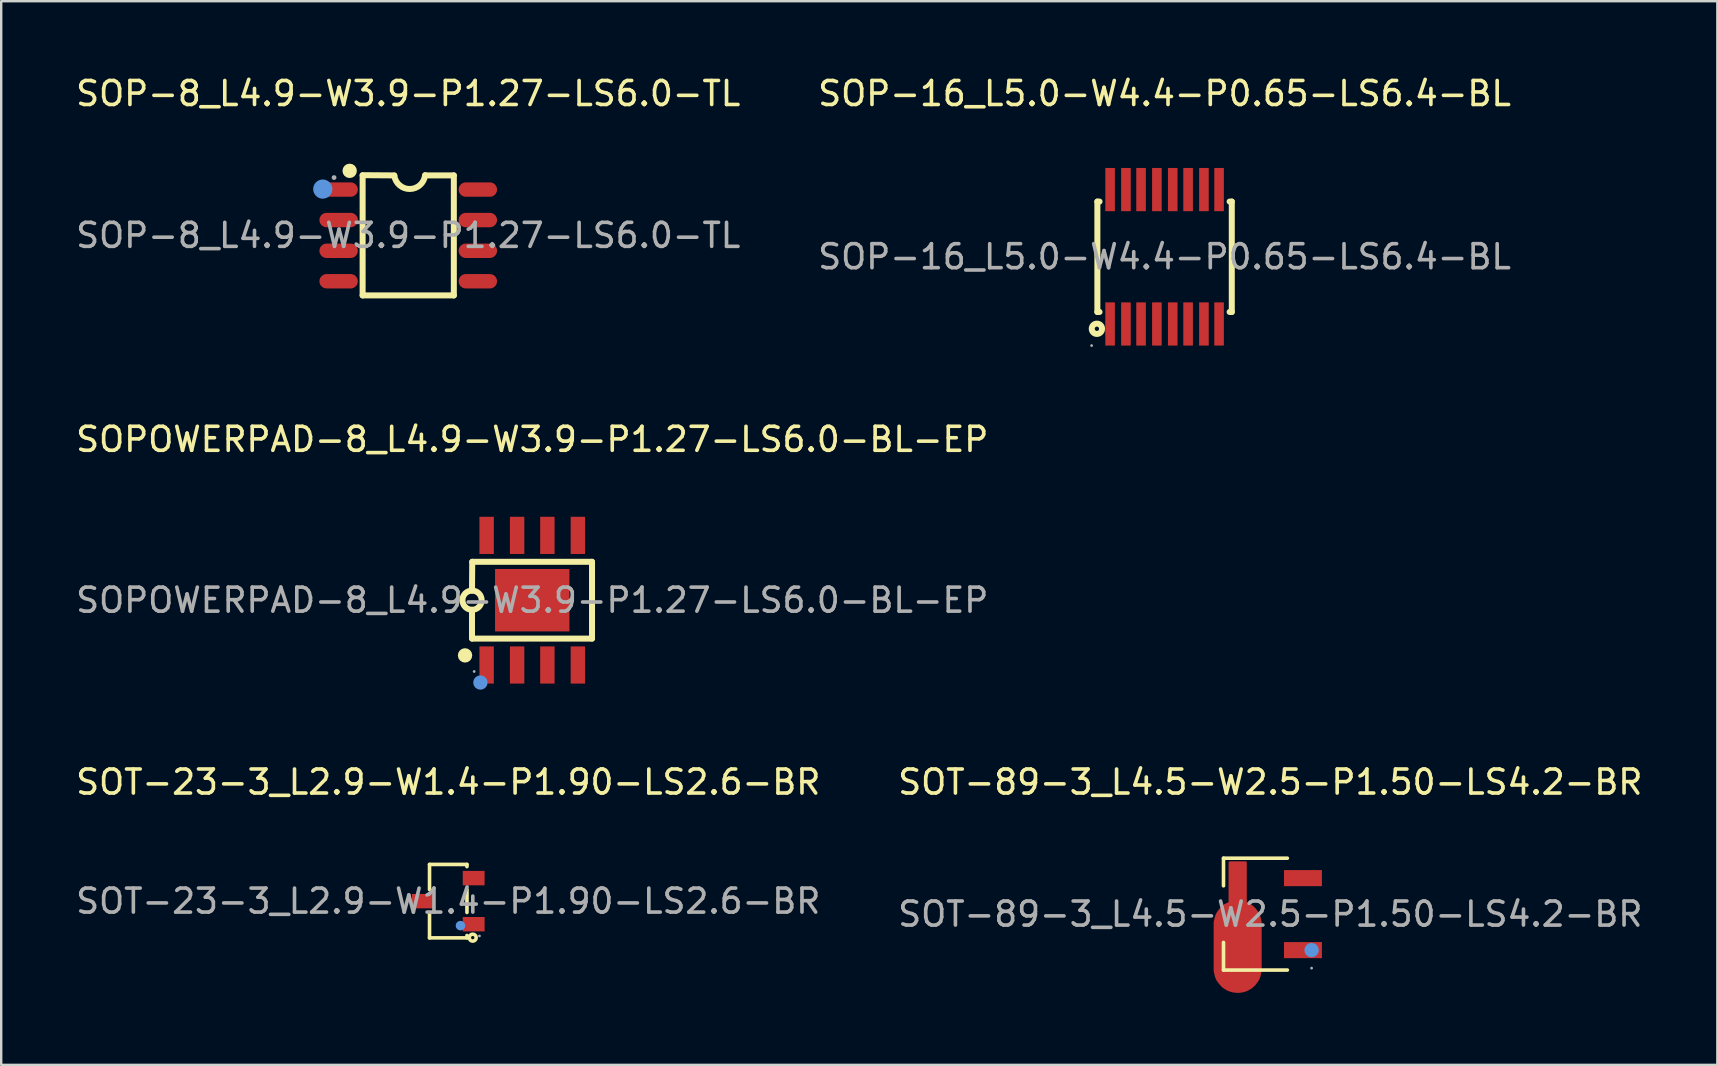
<source format=kicad_pcb>
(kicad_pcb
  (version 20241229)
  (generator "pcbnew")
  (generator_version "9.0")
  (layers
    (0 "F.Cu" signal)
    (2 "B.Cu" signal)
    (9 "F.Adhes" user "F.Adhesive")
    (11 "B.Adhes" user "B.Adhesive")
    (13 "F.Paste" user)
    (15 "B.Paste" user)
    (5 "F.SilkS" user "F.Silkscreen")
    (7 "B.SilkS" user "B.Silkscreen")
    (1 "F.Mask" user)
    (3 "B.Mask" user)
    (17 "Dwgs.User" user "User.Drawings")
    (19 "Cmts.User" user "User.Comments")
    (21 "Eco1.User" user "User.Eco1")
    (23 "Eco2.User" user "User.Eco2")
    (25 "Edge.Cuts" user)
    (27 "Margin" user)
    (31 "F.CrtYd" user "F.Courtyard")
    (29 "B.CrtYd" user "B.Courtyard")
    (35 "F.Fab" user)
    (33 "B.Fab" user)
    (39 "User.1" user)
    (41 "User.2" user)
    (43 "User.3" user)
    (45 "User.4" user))
  (footprint "SOPOWERPAD-8_L4.9-W3.9-P1.27-LS6.0-BL-EP"
    (layer "F.Cu")
    (at 19.125 21.956)
    (property "Reference" "SOPOWERPAD-8_L4.9-W3.9-P1.27-LS6.0-BL-EP" (at 0 -6.7 0) (layer "F.SilkS") (effects (font (size 1 1) (thickness 0.15))))
    (attr smd)
    (fp_line (start -2.51 1.6) (end -2.51 0.4) (stroke (width 0.25) (type solid)) (layer "F.SilkS"))
    (fp_line (start -2.5 -1.6) (end -2.51 -0.4) (stroke (width 0.25) (type solid)) (layer "F.SilkS"))
    (fp_line (start 2.49 -1.6) (end -2.5 -1.6) (stroke (width 0.25) (type solid)) (layer "F.SilkS"))
    (fp_line (start 2.49 1.6) (end -2.5 1.6) (stroke (width 0.25) (type solid)) (layer "F.SilkS"))
    (fp_line (start 2.49 1.6) (end 2.49 -1.6) (stroke (width 0.25) (type solid)) (layer "F.SilkS"))
    (fp_arc (start -2.516981 0.399939) (mid -2.506509 -0.399985) (end -2.51 0.4) (stroke (width 0.25) (type solid)) (layer "F.SilkS"))
    (fp_circle (center -2.8 2.3) (end -2.65 2.3) (stroke (width 0.3) (type solid)) (fill no) (layer "F.SilkS"))
    (fp_circle (center -2.16 3.43) (end -2.01 3.43) (stroke (width 0.3) (type solid)) (fill no) (layer "Cmts.User"))
    (fp_circle (center -2.42 2.97) (end -2.39 2.97) (stroke (width 0.06) (type solid)) (fill no) (layer "F.Fab"))
    (fp_text user "${REFERENCE}" (at 0 0 0) (layer "F.Fab") (effects (font (size 1 1) (thickness 0.15))))
    (pad "1" smd rect (at -1.9 2.7 180) (size 0.6 1.55) (layers "F.Cu" "F.Mask" "F.Paste"))
    (pad "2" smd rect (at -0.63 2.7 180) (size 0.6 1.55) (layers "F.Cu" "F.Mask" "F.Paste"))
    (pad "3" smd rect (at 0.63 2.7 180) (size 0.6 1.55) (layers "F.Cu" "F.Mask" "F.Paste"))
    (pad "4" smd rect (at 1.9 2.7 180) (size 0.6 1.55) (layers "F.Cu" "F.Mask" "F.Paste"))
    (pad "5" smd rect (at 1.9 -2.7 180) (size 0.6 1.55) (layers "F.Cu" "F.Mask" "F.Paste"))
    (pad "6" smd rect (at 0.63 -2.7 180) (size 0.6 1.55) (layers "F.Cu" "F.Mask" "F.Paste"))
    (pad "7" smd rect (at -0.63 -2.7 180) (size 0.6 1.55) (layers "F.Cu" "F.Mask" "F.Paste"))
    (pad "8" smd rect (at -1.9 -2.7 180) (size 0.6 1.55) (layers "F.Cu" "F.Mask" "F.Paste"))
    (pad "9" smd rect (at 0 0 270) (size 2.6 3.1) (layers "F.Cu" "F.Mask" "F.Paste")))
  (footprint "SOT-23-3_L2.9-W1.4-P1.90-LS2.6-BR"
    (layer "F.Cu")
    (at 15.625 34.495)
    (property "Reference" "SOT-23-3_L2.9-W1.4-P1.90-LS2.6-BR" (at 0 -4.96 0) (layer "F.SilkS") (effects (font (size 1 1) (thickness 0.15))))
    (attr smd)
    (fp_line (start -0.78 -1.53) (end -0.78 -0.48) (stroke (width 0.15) (type solid)) (layer "F.SilkS"))
    (fp_line (start -0.78 0.48) (end -0.78 1.53) (stroke (width 0.15) (type solid)) (layer "F.SilkS"))
    (fp_line (start 0.78 -1.53) (end -0.78 -1.53) (stroke (width 0.15) (type solid)) (layer "F.SilkS"))
    (fp_line (start 0.78 -1.44) (end 0.78 -1.53) (stroke (width 0.15) (type solid)) (layer "F.SilkS"))
    (fp_line (start 0.78 0.47) (end 0.78 -0.48) (stroke (width 0.15) (type solid)) (layer "F.SilkS"))
    (fp_line (start 0.78 1.53) (end -0.78 1.53) (stroke (width 0.15) (type solid)) (layer "F.SilkS"))
    (fp_line (start 0.78 1.53) (end 0.78 1.43) (stroke (width 0.15) (type solid)) (layer "F.SilkS"))
    (fp_circle (center 1.02 1.52) (end 1.09 1.52) (stroke (width 0.15) (type solid)) (fill no) (layer "F.SilkS"))
    (fp_circle (center 0.51 1.02) (end 0.61 1.02) (stroke (width 0.2) (type solid)) (fill no) (layer "Cmts.User"))
    (fp_circle (center 1.3 1.45) (end 1.33 1.45) (stroke (width 0.06) (type solid)) (fill no) (layer "F.Fab"))
    (fp_text user "${REFERENCE}" (at 0 0 0) (layer "F.Fab") (effects (font (size 1 1) (thickness 0.15))))
    (pad "1" smd rect (at 1.06 0.96 90) (size 0.6 0.91) (layers "F.Cu" "F.Mask" "F.Paste"))
    (pad "2" smd rect (at 1.06 -0.96 90) (size 0.6 0.91) (layers "F.Cu" "F.Mask" "F.Paste"))
    (pad "3" smd rect (at -1.06 0 90) (size 0.6 0.91) (layers "F.Cu" "F.Mask" "F.Paste")))
  (footprint "SOP-8_L4.9-W3.9-P1.27-LS6.0-TL"
    (layer "F.Cu")
    (at 13.958 6.758)
    (property "Reference" "SOP-8_L4.9-W3.9-P1.27-LS6.0-TL" (at 0 -5.91 0) (layer "F.SilkS") (effects (font (size 1 1) (thickness 0.15))))
    (attr smd)
    (fp_line (start -1.9 -2.51) (end -0.58 -2.5) (stroke (width 0.25) (type solid)) (layer "F.SilkS"))
    (fp_line (start -1.9 2.5) (end -1.9 -2.5) (stroke (width 0.25) (type solid)) (layer "F.SilkS"))
    (fp_line (start -1.9 2.5) (end 1.9 2.5) (stroke (width 0.25) (type solid)) (layer "F.SilkS"))
    (fp_line (start 1.9 -2.5) (end 0.71 -2.5) (stroke (width 0.25) (type solid)) (layer "F.SilkS"))
    (fp_line (start 1.9 2.5) (end 1.9 -2.5) (stroke (width 0.25) (type solid)) (layer "F.SilkS"))
    (fp_arc (start -2.44 -2.69) (mid -2.44 -2.69) (end -2.44 -2.69) (stroke (width 0.3) (type solid)) (layer "F.SilkS"))
    (fp_arc (start 0.702535 -2.510365) (mid 0.070261 -1.933784) (end -0.58 -2.49) (stroke (width 0.25) (type solid)) (layer "F.SilkS"))
    (fp_circle (center -3.56 -1.93) (end -3.36 -1.93) (stroke (width 0.4) (type solid)) (fill no) (layer "Cmts.User"))
    (fp_circle (center -3.09 -2.41) (end -3.04 -2.41) (stroke (width 0.1) (type solid)) (fill no) (layer "F.Fab"))
    (fp_text user "${REFERENCE}" (at 0 0 0) (layer "F.Fab") (effects (font (size 1 1) (thickness 0.15))))
    (pad "1" smd oval (at -2.9 -1.91 90) (size 0.6 1.6) (layers "F.Cu" "F.Mask" "F.Paste"))
    (pad "2" smd oval (at -2.9 -0.64 90) (size 0.6 1.6) (layers "F.Cu" "F.Mask" "F.Paste"))
    (pad "3" smd oval (at -2.9 0.64 90) (size 0.6 1.6) (layers "F.Cu" "F.Mask" "F.Paste"))
    (pad "4" smd oval (at -2.9 1.91 90) (size 0.6 1.6) (layers "F.Cu" "F.Mask" "F.Paste"))
    (pad "5" smd oval (at 2.9 1.91 90) (size 0.6 1.6) (layers "F.Cu" "F.Mask" "F.Paste"))
    (pad "6" smd oval (at 2.9 0.64 90) (size 0.6 1.6) (layers "F.Cu" "F.Mask" "F.Paste"))
    (pad "7" smd oval (at 2.9 -0.64 90) (size 0.6 1.6) (layers "F.Cu" "F.Mask" "F.Paste"))
    (pad "8" smd oval (at 2.9 -1.91 90) (size 0.6 1.6) (layers "F.Cu" "F.Mask" "F.Paste")))
  (footprint "SOT-89-3_L4.5-W2.5-P1.50-LS4.2-BR"
    (layer "F.Cu")
    (at 49.875 35.035)
    (property "Reference" "SOT-89-3_L4.5-W2.5-P1.50-LS4.2-BR" (at 0 -5.5 0) (layer "F.SilkS") (effects (font (size 1 1) (thickness 0.15))))
    (attr smd)
    (fp_line (start -1.95 -2.33) (end -1.95 -1.18) (stroke (width 0.15) (type solid)) (layer "F.SilkS"))
    (fp_line (start -1.95 2.33) (end -1.95 1.18) (stroke (width 0.15) (type solid)) (layer "F.SilkS"))
    (fp_line (start 0.71 -2.33) (end -1.95 -2.33) (stroke (width 0.15) (type solid)) (layer "F.SilkS"))
    (fp_line (start 0.71 2.33) (end -1.95 2.33) (stroke (width 0.15) (type solid)) (layer "F.SilkS"))
    (fp_circle (center 1.72 1.5) (end 1.87 1.5) (stroke (width 0.3) (type solid)) (fill no) (layer "Cmts.User"))
    (fp_circle (center 1.72 2.25) (end 1.75 2.25) (stroke (width 0.06) (type solid)) (fill no) (layer "F.Fab"))
    (fp_text user "${REFERENCE}" (at 0 0 0) (layer "F.Fab") (effects (font (size 1 1) (thickness 0.15))))
    (pad "1" smd rect (at 1.36 1.5) (size 1.58 0.67) (layers "F.Cu" "F.Mask" "F.Paste"))
    (pad "2" smd custom (at -1.36 0 90) (size 1 1) (layers "F.Cu" "F.Mask" "F.Paste") (options (anchor circle)) (primitives (gr_poly (pts (xy -2.28 -0.95) (xy -0.43 -0.95) (xy -0.38 -0.95) (xy -0.34 -0.95) (xy -0.29 -0.94) (xy -0.25 -0.93) (xy -0.2 -0.92) (xy -0.16 -0.91) (xy -0.12 -0.9) (xy -0.08 -0.88) (xy -0.04 -0.87) (xy 0 -0.85) (xy 0.04 -0.83) (xy 0.08 -0.8) (xy 0.12 -0.78) (xy 0.15 -0.75) (xy 0.19 -0.72) (xy 0.22 -0.69) (xy 0.25 -0.66) (xy 0.28 -0.63) (xy 0.31 -0.6) (xy 0.34 -0.56) (xy 0.37 -0.53) (xy 0.39 -0.49) (xy 0.41 -0.45) (xy 0.43 -0.41) (xy 0.45 -0.33) (xy 2.15 -0.33) (xy 2.15 0.33) (xy 0.45 0.33) (xy 0.43 0.41) (xy 0.41 0.45) (xy 0.39 0.49) (xy 0.37 0.53) (xy 0.34 0.56) (xy 0.31 0.6) (xy 0.28 0.63) (xy 0.25 0.66) (xy 0.22 0.7) (xy 0.19 0.72) (xy 0.15 0.75) (xy 0.12 0.78) (xy 0.08 0.8) (xy 0.04 0.83) (xy 0 0.85) (xy -0.04 0.87) (xy -0.08 0.88) (xy -0.12 0.9) (xy -0.16 0.91) (xy -0.2 0.92) (xy -0.25 0.93) (xy -0.29 0.94) (xy -0.34 0.95) (xy -0.38 0.95) (xy -0.43 0.95) (xy -2.28 0.95) (xy -2.32 0.95) (xy -2.37 0.95) (xy -2.41 0.94) (xy -2.46 0.93) (xy -2.5 0.92) (xy -2.54 0.91) (xy -2.59 0.9) (xy -2.63 0.88) (xy -2.67 0.87) (xy -2.71 0.85) (xy -2.75 0.83) (xy -2.79 0.8) (xy -2.82 0.78) (xy -2.86 0.75) (xy -2.89 0.72) (xy -2.93 0.7) (xy -2.96 0.66) (xy -2.99 0.63) (xy -3.02 0.6) (xy -3.05 0.56) (xy -3.07 0.53) (xy -3.09 0.49) (xy -3.12 0.45) (xy -3.14 0.41) (xy -3.16 0.37) (xy -3.17 0.33) (xy -3.19 0.29) (xy -3.2 0.24) (xy -3.21 0.2) (xy -3.22 0.16) (xy -3.22 0.11) (xy -3.23 0.07) (xy -3.23 0.02) (xy -3.23 -0.02) (xy -3.23 -0.07) (xy -3.22 -0.11) (xy -3.22 -0.15) (xy -3.21 -0.2) (xy -3.2 -0.24) (xy -3.19 -0.28) (xy -3.17 -0.33) (xy -3.16 -0.37) (xy -3.14 -0.41) (xy -3.12 -0.45) (xy -3.09 -0.49) (xy -3.07 -0.53) (xy -3.05 -0.56) (xy -3.02 -0.6) (xy -2.99 -0.63) (xy -2.96 -0.66) (xy -2.93 -0.69) (xy -2.89 -0.72) (xy -2.86 -0.75) (xy -2.82 -0.78) (xy -2.79 -0.8) (xy -2.75 -0.83) (xy -2.71 -0.85) (xy -2.67 -0.87) (xy -2.63 -0.88) (xy -2.59 -0.9) (xy -2.54 -0.91) (xy -2.5 -0.92) (xy -2.46 -0.93) (xy -2.41 -0.94) (xy -2.37 -0.95) (xy -2.32 -0.95) (xy -2.28 -0.95)) (width 0.1) (fill yes))))
    (pad "3" smd rect (at 1.36 -1.5) (size 1.58 0.67) (layers "F.Cu" "F.Mask" "F.Paste")))
  (footprint "SOP-16_L5.0-W4.4-P0.65-LS6.4-BL"
    (layer "F.Cu")
    (at 45.47 7.648)
    (property "Reference" "SOP-16_L5.0-W4.4-P0.65-LS6.4-BL" (at 0 -6.8 0) (layer "F.SilkS") (effects (font (size 1 1) (thickness 0.15))))
    (attr smd)
    (fp_line (start -2.8 -2.3) (end -2.8 2.3) (stroke (width 0.25) (type solid)) (layer "F.SilkS"))
    (fp_line (start -2.8 -2.3) (end -2.71 -2.3) (stroke (width 0.25) (type solid)) (layer "F.SilkS"))
    (fp_line (start -2.8 2.3) (end -2.71 2.3) (stroke (width 0.25) (type solid)) (layer "F.SilkS"))
    (fp_line (start 2.71 -2.3) (end 2.8 -2.3) (stroke (width 0.25) (type solid)) (layer "F.SilkS"))
    (fp_line (start 2.71 2.3) (end 2.8 2.3) (stroke (width 0.25) (type solid)) (layer "F.SilkS"))
    (fp_line (start 2.8 -2.3) (end 2.8 2.3) (stroke (width 0.25) (type solid)) (layer "F.SilkS"))
    (fp_circle (center -2.82 3) (end -2.73 3) (stroke (width 0.25) (type solid)) (fill no) (layer "F.SilkS"))
    (fp_circle (center -3.04 3.7) (end -3.01 3.7) (stroke (width 0.06) (type solid)) (fill no) (layer "F.Fab"))
    (fp_text user "${REFERENCE}" (at 0 0 0) (layer "F.Fab") (effects (font (size 1 1) (thickness 0.15))))
    (pad "1" smd rect (at -2.27 2.8 90) (size 1.8 0.4) (layers "F.Cu" "F.Mask" "F.Paste"))
    (pad "2" smd rect (at -1.61 2.8 90) (size 1.8 0.4) (layers "F.Cu" "F.Mask" "F.Paste"))
    (pad "3" smd rect (at -0.98 2.8 90) (size 1.8 0.4) (layers "F.Cu" "F.Mask" "F.Paste"))
    (pad "4" smd rect (at -0.32 2.8 90) (size 1.8 0.4) (layers "F.Cu" "F.Mask" "F.Paste"))
    (pad "5" smd rect (at 0.34 2.8 90) (size 1.8 0.4) (layers "F.Cu" "F.Mask" "F.Paste"))
    (pad "6" smd rect (at 0.98 2.8 90) (size 1.8 0.4) (layers "F.Cu" "F.Mask" "F.Paste"))
    (pad "7" smd rect (at 1.64 2.8 90) (size 1.8 0.4) (layers "F.Cu" "F.Mask" "F.Paste"))
    (pad "8" smd rect (at 2.27 2.8 90) (size 1.8 0.4) (layers "F.Cu" "F.Mask" "F.Paste"))
    (pad "9" smd rect (at 2.27 -2.8 90) (size 1.8 0.4) (layers "F.Cu" "F.Mask" "F.Paste"))
    (pad "10" smd rect (at 1.64 -2.8 90) (size 1.8 0.4) (layers "F.Cu" "F.Mask" "F.Paste"))
    (pad "11" smd rect (at 0.98 -2.8 90) (size 1.8 0.4) (layers "F.Cu" "F.Mask" "F.Paste"))
    (pad "12" smd rect (at 0.34 -2.8 90) (size 1.8 0.4) (layers "F.Cu" "F.Mask" "F.Paste"))
    (pad "13" smd rect (at -0.32 -2.8 90) (size 1.8 0.4) (layers "F.Cu" "F.Mask" "F.Paste"))
    (pad "14" smd rect (at -0.98 -2.8 90) (size 1.8 0.4) (layers "F.Cu" "F.Mask" "F.Paste"))
    (pad "15" smd rect (at -1.61 -2.8 90) (size 1.8 0.4) (layers "F.Cu" "F.Mask" "F.Paste"))
    (pad "16" smd rect (at -2.27 -2.8 90) (size 1.8 0.4) (layers "F.Cu" "F.Mask" "F.Paste")))
  (gr_rect
    (start -3 -3)
    (end 68.5 41.315)
    (stroke (width 0.1) (type default))
    (fill no)
    (layer "Edge.Cuts")))
</source>
